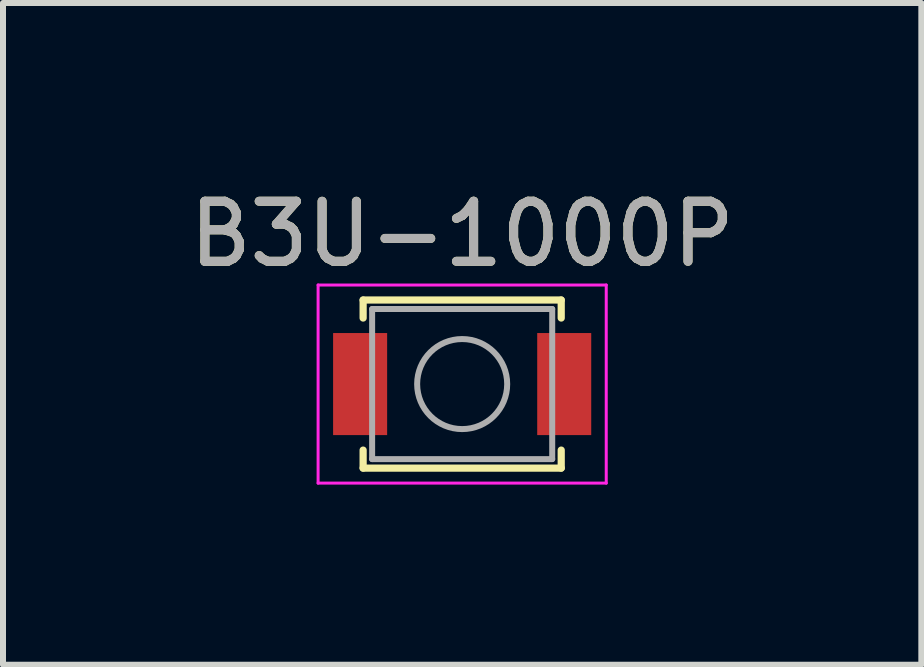
<source format=kicad_pcb>
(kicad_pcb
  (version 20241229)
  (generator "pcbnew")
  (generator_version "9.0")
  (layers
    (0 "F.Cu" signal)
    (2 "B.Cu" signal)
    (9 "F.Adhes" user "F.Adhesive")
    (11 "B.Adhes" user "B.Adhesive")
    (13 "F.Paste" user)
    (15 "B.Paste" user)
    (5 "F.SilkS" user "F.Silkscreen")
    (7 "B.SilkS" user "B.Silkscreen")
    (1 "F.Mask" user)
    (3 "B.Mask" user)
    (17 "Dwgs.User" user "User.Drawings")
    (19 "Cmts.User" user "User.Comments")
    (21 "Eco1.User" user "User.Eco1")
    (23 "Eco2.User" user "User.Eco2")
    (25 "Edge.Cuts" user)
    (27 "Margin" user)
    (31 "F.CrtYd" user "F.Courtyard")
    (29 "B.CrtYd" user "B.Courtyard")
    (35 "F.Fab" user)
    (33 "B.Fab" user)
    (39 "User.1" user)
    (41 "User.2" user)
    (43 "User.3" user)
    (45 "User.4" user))
  (footprint "B3U-1000P"
    (layer "F.Cu")
    (at 4.649 3.348)
    (property "Reference" "B3U-1000P" (at 0 -2.5 0) (layer "F.SilkS") (effects (font (size 1 1) (thickness 0.15))))
    (attr smd)
    (fp_line (start -1.65 -1.4) (end 1.65 -1.4) (stroke (width 0.12) (type solid)) (layer "F.SilkS"))
    (fp_line (start -1.65 -1.1) (end -1.65 -1.4) (stroke (width 0.12) (type solid)) (layer "F.SilkS"))
    (fp_line (start -1.65 1.1) (end -1.65 1.4) (stroke (width 0.12) (type solid)) (layer "F.SilkS"))
    (fp_line (start -1.65 1.4) (end 1.65 1.4) (stroke (width 0.12) (type solid)) (layer "F.SilkS"))
    (fp_line (start 1.65 -1.4) (end 1.65 -1.1) (stroke (width 0.12) (type solid)) (layer "F.SilkS"))
    (fp_line (start 1.65 1.4) (end 1.65 1.1) (stroke (width 0.12) (type solid)) (layer "F.SilkS"))
    (fp_line (start -2.4 -1.65) (end -2.4 1.65) (stroke (width 0.05) (type solid)) (layer "F.CrtYd"))
    (fp_line (start -2.4 1.65) (end 2.4 1.65) (stroke (width 0.05) (type solid)) (layer "F.CrtYd"))
    (fp_line (start 2.4 -1.65) (end -2.4 -1.65) (stroke (width 0.05) (type solid)) (layer "F.CrtYd"))
    (fp_line (start 2.4 1.65) (end 2.4 -1.65) (stroke (width 0.05) (type solid)) (layer "F.CrtYd"))
    (fp_line (start -1.5 -1.25) (end 1.5 -1.25) (stroke (width 0.1) (type solid)) (layer "F.Fab"))
    (fp_line (start -1.5 1.25) (end -1.5 -1.25) (stroke (width 0.1) (type solid)) (layer "F.Fab"))
    (fp_line (start 1.5 -1.25) (end 1.5 1.25) (stroke (width 0.1) (type solid)) (layer "F.Fab"))
    (fp_line (start 1.5 1.25) (end -1.5 1.25) (stroke (width 0.1) (type solid)) (layer "F.Fab"))
    (fp_circle (center 0 0) (end 0.75 0) (stroke (width 0.1) (type solid)) (fill no) (layer "F.Fab"))
    (fp_text user "${REFERENCE}" (at 0 -2.5 0) (layer "F.Fab") (effects (font (size 1 1) (thickness 0.15))))
    (pad "1" smd rect (at -1.7 0) (size 0.9 1.7) (layers "F.Cu" "F.Mask" "F.Paste"))
    (pad "2" smd rect (at 1.7 0) (size 0.9 1.7) (layers "F.Cu" "F.Mask" "F.Paste")))
  (gr_rect
    (start -3 -3)
    (end 12.298 8.023)
    (stroke (width 0.1) (type default))
    (fill no)
    (layer "Edge.Cuts")))
</source>
